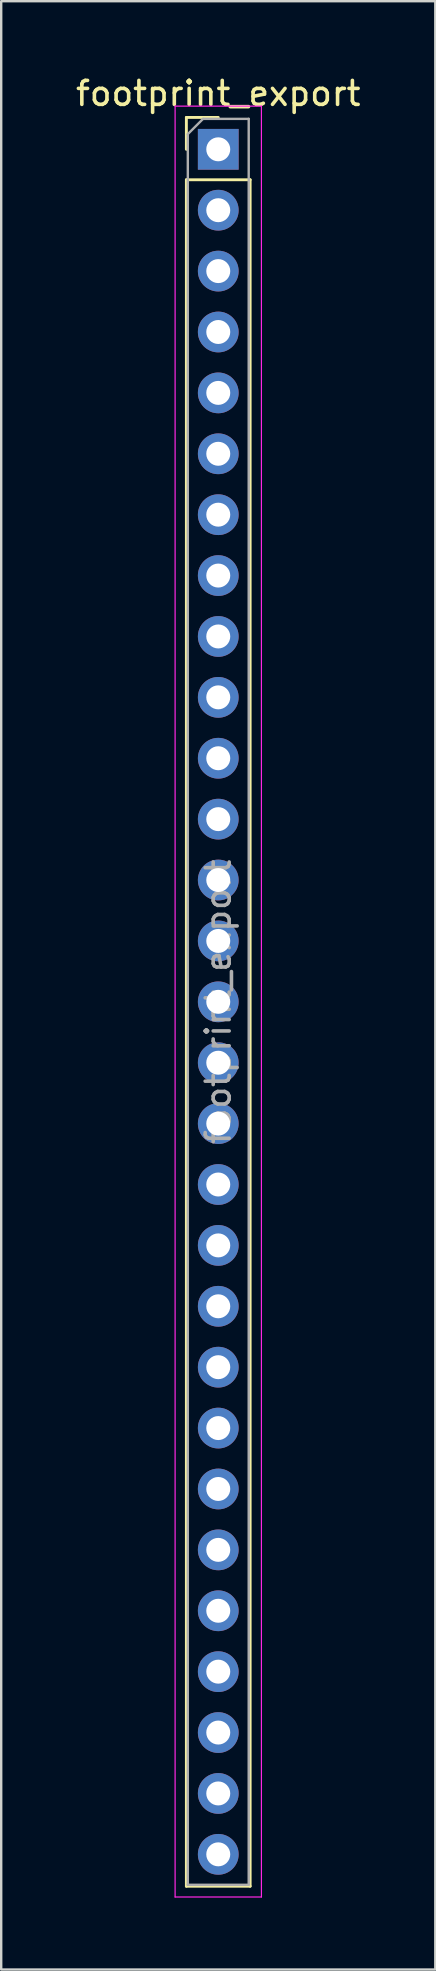
<source format=kicad_pcb>
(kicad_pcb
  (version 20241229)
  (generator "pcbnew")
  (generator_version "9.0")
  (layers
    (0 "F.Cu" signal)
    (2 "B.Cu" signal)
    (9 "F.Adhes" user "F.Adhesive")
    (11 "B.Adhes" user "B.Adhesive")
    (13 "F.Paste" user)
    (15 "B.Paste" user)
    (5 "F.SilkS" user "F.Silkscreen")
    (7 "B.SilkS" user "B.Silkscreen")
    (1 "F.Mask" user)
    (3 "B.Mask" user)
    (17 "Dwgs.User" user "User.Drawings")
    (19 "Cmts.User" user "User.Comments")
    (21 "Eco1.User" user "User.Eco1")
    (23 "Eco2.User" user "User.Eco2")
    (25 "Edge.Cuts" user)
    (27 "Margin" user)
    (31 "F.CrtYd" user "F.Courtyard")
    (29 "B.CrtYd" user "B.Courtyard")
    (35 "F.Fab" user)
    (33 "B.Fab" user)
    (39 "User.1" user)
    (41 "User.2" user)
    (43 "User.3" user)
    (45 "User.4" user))
  (footprint "footprint_export"
    (layer "F.Cu")
    (at 6.054 3.178)
    (property "Reference" "footprint_export" (at 0 -2.33 0) (layer "F.SilkS") (effects (font (size 1 1) (thickness 0.15))))
    (attr through_hole)
    (fp_line (start -1.33 -1.33) (end 0 -1.33) (stroke (width 0.12) (type solid)) (layer "F.SilkS"))
    (fp_line (start -1.33 0) (end -1.33 -1.33) (stroke (width 0.12) (type solid)) (layer "F.SilkS"))
    (fp_line (start -1.33 1.27) (end -1.33 72.45) (stroke (width 0.12) (type solid)) (layer "F.SilkS"))
    (fp_line (start -1.33 1.27) (end 1.33 1.27) (stroke (width 0.12) (type solid)) (layer "F.SilkS"))
    (fp_line (start -1.33 72.45) (end 1.33 72.45) (stroke (width 0.12) (type solid)) (layer "F.SilkS"))
    (fp_line (start 1.33 1.27) (end 1.33 72.45) (stroke (width 0.12) (type solid)) (layer "F.SilkS"))
    (fp_line (start -1.8 -1.8) (end -1.8 72.9) (stroke (width 0.05) (type solid)) (layer "F.CrtYd"))
    (fp_line (start -1.8 72.9) (end 1.8 72.9) (stroke (width 0.05) (type solid)) (layer "F.CrtYd"))
    (fp_line (start 1.8 -1.8) (end -1.8 -1.8) (stroke (width 0.05) (type solid)) (layer "F.CrtYd"))
    (fp_line (start 1.8 72.9) (end 1.8 -1.8) (stroke (width 0.05) (type solid)) (layer "F.CrtYd"))
    (fp_line (start -1.27 -0.635) (end -0.635 -1.27) (stroke (width 0.1) (type solid)) (layer "F.Fab"))
    (fp_line (start -1.27 72.39) (end -1.27 -0.635) (stroke (width 0.1) (type solid)) (layer "F.Fab"))
    (fp_line (start -0.635 -1.27) (end 1.27 -1.27) (stroke (width 0.1) (type solid)) (layer "F.Fab"))
    (fp_line (start 1.27 -1.27) (end 1.27 72.39) (stroke (width 0.1) (type solid)) (layer "F.Fab"))
    (fp_line (start 1.27 72.39) (end -1.27 72.39) (stroke (width 0.1) (type solid)) (layer "F.Fab"))
    (fp_text user "${REFERENCE}" (at 0 35.56 90) (layer "F.Fab") (effects (font (size 1 1) (thickness 0.15))))
    (pad "1" thru_hole rect (at 0 0) (size 1.7 1.7) (drill 1) (layers "*.Cu" "*.Mask"))
    (pad "2" thru_hole oval (at 0 2.54) (size 1.7 1.7) (drill 1) (layers "*.Cu" "*.Mask"))
    (pad "3" thru_hole oval (at 0 5.08) (size 1.7 1.7) (drill 1) (layers "*.Cu" "*.Mask"))
    (pad "4" thru_hole oval (at 0 7.62) (size 1.7 1.7) (drill 1) (layers "*.Cu" "*.Mask"))
    (pad "5" thru_hole oval (at 0 10.16) (size 1.7 1.7) (drill 1) (layers "*.Cu" "*.Mask"))
    (pad "6" thru_hole oval (at 0 12.7) (size 1.7 1.7) (drill 1) (layers "*.Cu" "*.Mask"))
    (pad "7" thru_hole oval (at 0 15.24) (size 1.7 1.7) (drill 1) (layers "*.Cu" "*.Mask"))
    (pad "8" thru_hole oval (at 0 17.78) (size 1.7 1.7) (drill 1) (layers "*.Cu" "*.Mask"))
    (pad "9" thru_hole oval (at 0 20.32) (size 1.7 1.7) (drill 1) (layers "*.Cu" "*.Mask"))
    (pad "10" thru_hole oval (at 0 22.86) (size 1.7 1.7) (drill 1) (layers "*.Cu" "*.Mask"))
    (pad "11" thru_hole oval (at 0 25.4) (size 1.7 1.7) (drill 1) (layers "*.Cu" "*.Mask"))
    (pad "12" thru_hole oval (at 0 27.94) (size 1.7 1.7) (drill 1) (layers "*.Cu" "*.Mask"))
    (pad "13" thru_hole oval (at 0 30.48) (size 1.7 1.7) (drill 1) (layers "*.Cu" "*.Mask"))
    (pad "14" thru_hole oval (at 0 33.02) (size 1.7 1.7) (drill 1) (layers "*.Cu" "*.Mask"))
    (pad "15" thru_hole oval (at 0 35.56) (size 1.7 1.7) (drill 1) (layers "*.Cu" "*.Mask"))
    (pad "16" thru_hole oval (at 0 38.1) (size 1.7 1.7) (drill 1) (layers "*.Cu" "*.Mask"))
    (pad "17" thru_hole oval (at 0 40.64) (size 1.7 1.7) (drill 1) (layers "*.Cu" "*.Mask"))
    (pad "18" thru_hole oval (at 0 43.18) (size 1.7 1.7) (drill 1) (layers "*.Cu" "*.Mask"))
    (pad "19" thru_hole oval (at 0 45.72) (size 1.7 1.7) (drill 1) (layers "*.Cu" "*.Mask"))
    (pad "20" thru_hole oval (at 0 48.26) (size 1.7 1.7) (drill 1) (layers "*.Cu" "*.Mask"))
    (pad "21" thru_hole oval (at 0 50.8) (size 1.7 1.7) (drill 1) (layers "*.Cu" "*.Mask"))
    (pad "22" thru_hole oval (at 0 53.34) (size 1.7 1.7) (drill 1) (layers "*.Cu" "*.Mask"))
    (pad "23" thru_hole oval (at 0 55.88) (size 1.7 1.7) (drill 1) (layers "*.Cu" "*.Mask"))
    (pad "24" thru_hole oval (at 0 58.42) (size 1.7 1.7) (drill 1) (layers "*.Cu" "*.Mask"))
    (pad "25" thru_hole oval (at 0 60.96) (size 1.7 1.7) (drill 1) (layers "*.Cu" "*.Mask"))
    (pad "26" thru_hole oval (at 0 63.5) (size 1.7 1.7) (drill 1) (layers "*.Cu" "*.Mask"))
    (pad "27" thru_hole oval (at 0 66.04) (size 1.7 1.7) (drill 1) (layers "*.Cu" "*.Mask"))
    (pad "28" thru_hole oval (at 0 68.58) (size 1.7 1.7) (drill 1) (layers "*.Cu" "*.Mask"))
    (pad "29" thru_hole oval (at 0 71.12) (size 1.7 1.7) (drill 1) (layers "*.Cu" "*.Mask")))
  (gr_rect
    (start -3 -3)
    (end 15.107 79.103)
    (stroke (width 0.1) (type default))
    (fill no)
    (layer "Edge.Cuts")))
</source>
